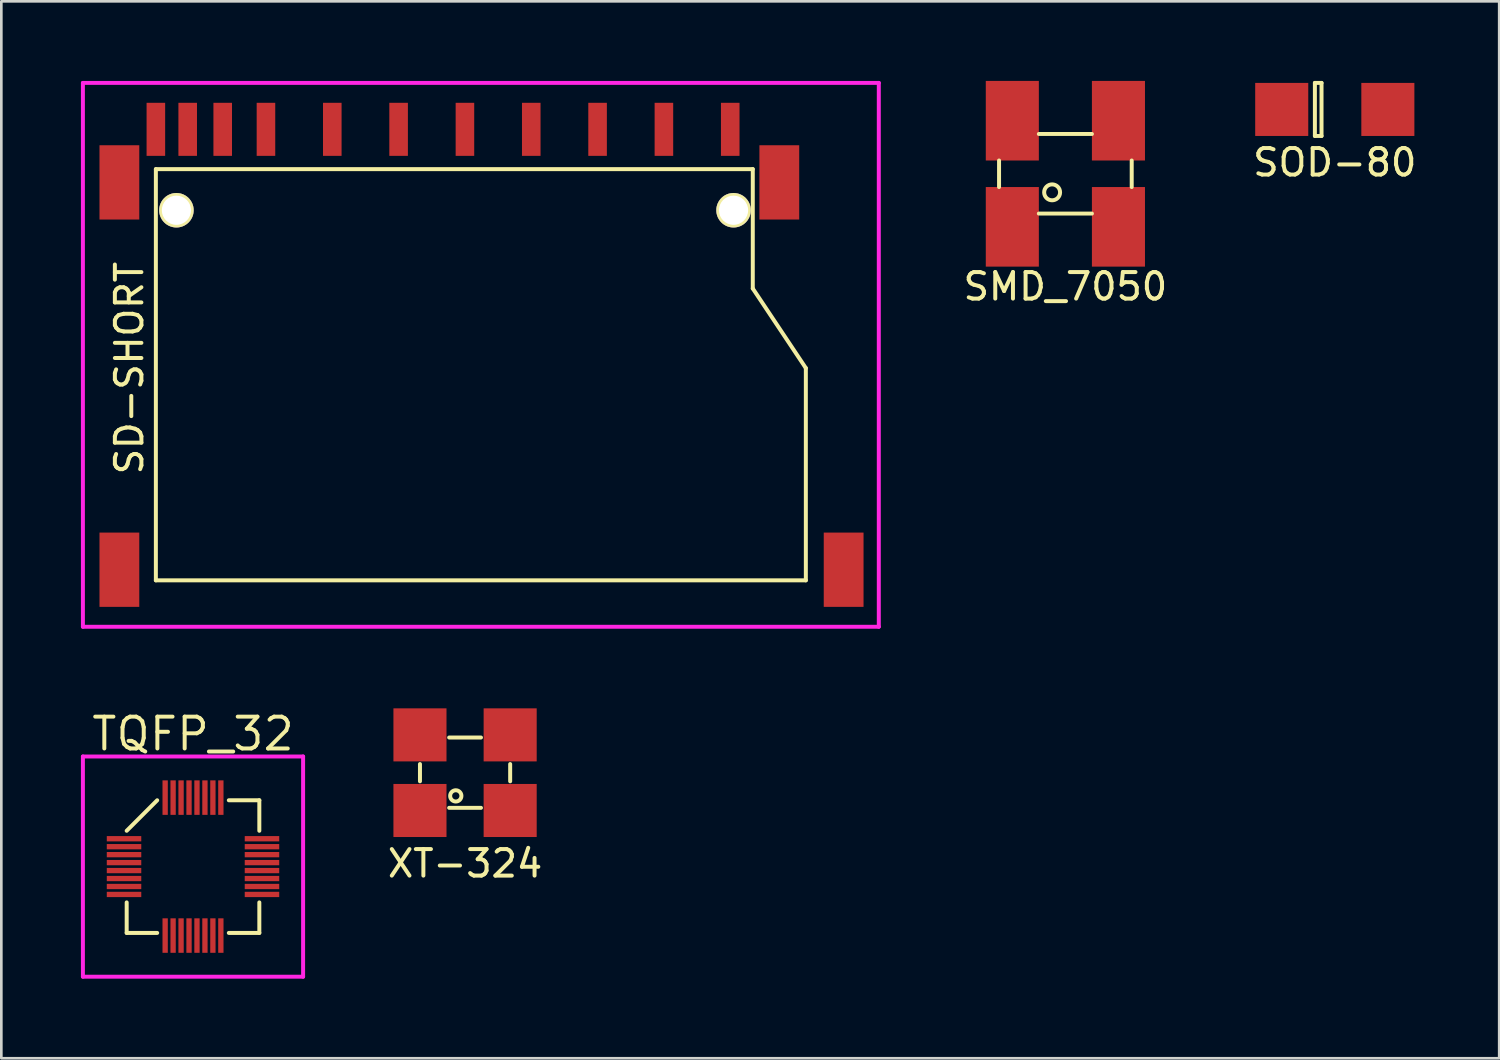
<source format=kicad_pcb>
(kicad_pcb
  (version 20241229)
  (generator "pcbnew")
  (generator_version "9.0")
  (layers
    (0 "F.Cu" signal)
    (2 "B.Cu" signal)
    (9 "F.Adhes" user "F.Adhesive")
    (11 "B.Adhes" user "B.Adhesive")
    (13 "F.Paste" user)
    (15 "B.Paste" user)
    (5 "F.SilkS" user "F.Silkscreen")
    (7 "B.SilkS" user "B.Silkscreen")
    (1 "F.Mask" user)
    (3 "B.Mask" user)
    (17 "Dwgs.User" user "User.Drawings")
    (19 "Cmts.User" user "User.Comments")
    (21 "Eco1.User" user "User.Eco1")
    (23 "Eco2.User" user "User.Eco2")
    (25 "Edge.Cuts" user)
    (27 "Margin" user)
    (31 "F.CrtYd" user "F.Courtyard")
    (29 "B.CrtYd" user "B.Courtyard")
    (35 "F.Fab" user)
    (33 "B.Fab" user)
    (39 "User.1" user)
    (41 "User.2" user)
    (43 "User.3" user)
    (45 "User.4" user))
  (footprint "SOD-80"
    (layer "F.Cu")
    (at 47.263 1.075)
    (property "Reference" "SOD-80" (at 0 2 0) (layer "F.SilkS") (effects (font (size 1 1) (thickness 0.15))))
    (attr through_hole)
    (fp_line (start -0.75 -1) (end -0.75 1) (stroke (width 0.15) (type solid)) (layer "F.SilkS"))
    (fp_line (start -0.75 1) (end -0.5 1) (stroke (width 0.15) (type solid)) (layer "F.SilkS"))
    (fp_line (start -0.5 -1) (end -0.75 -1) (stroke (width 0.15) (type solid)) (layer "F.SilkS"))
    (fp_line (start -0.5 1) (end -0.5 -1) (stroke (width 0.15) (type solid)) (layer "F.SilkS"))
    (pad "1" smd rect (at -2 0) (size 2 2) (layers "F.Cu" "F.Mask" "F.Paste"))
    (pad "2" smd rect (at 2 0) (size 2 2) (layers "F.Cu" "F.Mask" "F.Paste")))
  (footprint "XT-324"
    (layer "F.Cu")
    (at 14.48 26.1)
    (property "Reference" "XT-324" (at 0 3.4 0) (layer "F.SilkS") (effects (font (size 1 1) (thickness 0.15))))
    (attr through_hole)
    (fp_line (start -1.7 -0.35) (end -1.7 0.3) (stroke (width 0.15) (type solid)) (layer "F.SilkS"))
    (fp_line (start -0.6 -1.35) (end 0.6 -1.35) (stroke (width 0.15) (type solid)) (layer "F.SilkS"))
    (fp_line (start -0.6 1.3) (end 0.6 1.3) (stroke (width 0.15) (type solid)) (layer "F.SilkS"))
    (fp_line (start 1.7 0.3) (end 1.7 -0.35) (stroke (width 0.15) (type solid)) (layer "F.SilkS"))
    (fp_circle (center -0.35 0.85) (end -0.2 1) (stroke (width 0.15) (type solid)) (fill no) (layer "F.SilkS"))
    (pad "1" smd rect (at -1.7 1.4) (size 2 2) (layers "F.Cu" "F.Mask" "F.Paste"))
    (pad "2" smd rect (at -1.7 -1.45) (size 2 2) (layers "F.Cu" "F.Mask" "F.Paste"))
    (pad "2" smd rect (at 1.7 1.4) (size 2 2) (layers "F.Cu" "F.Mask" "F.Paste"))
    (pad "3" smd rect (at 1.7 -1.45) (size 2 2) (layers "F.Cu" "F.Mask" "F.Paste")))
  (footprint "SD-SHORT"
    (layer "F.Cu")
    (at 3.325 2.825)
    (property "Reference" "SD-SHORT" (at -1.5 8 270) (layer "F.SilkS") (effects (font (size 1 1) (thickness 0.15))))
    (attr through_hole)
    (fp_line (start -0.5 0.5) (end -0.5 16) (stroke (width 0.15) (type solid)) (layer "F.SilkS"))
    (fp_line (start -0.5 16) (end 24 16) (stroke (width 0.15) (type solid)) (layer "F.SilkS"))
    (fp_line (start 22 0.5) (end -0.5 0.5) (stroke (width 0.15) (type solid)) (layer "F.SilkS"))
    (fp_line (start 22 5) (end 22 0.5) (stroke (width 0.15) (type solid)) (layer "F.SilkS"))
    (fp_line (start 24 8) (end 22 5) (stroke (width 0.15) (type solid)) (layer "F.SilkS"))
    (fp_line (start 24 16) (end 24 8) (stroke (width 0.15) (type solid)) (layer "F.SilkS"))
    (fp_line (start -3.25 -2.75) (end -3.25 17.75) (stroke (width 0.15) (type solid)) (layer "F.CrtYd"))
    (fp_line (start -3.25 17.75) (end 26.75 17.75) (stroke (width 0.15) (type solid)) (layer "F.CrtYd"))
    (fp_line (start 26.75 -2.75) (end -3.25 -2.75) (stroke (width 0.15) (type solid)) (layer "F.CrtYd"))
    (fp_line (start 26.75 17.75) (end 26.75 -2.75) (stroke (width 0.15) (type solid)) (layer "F.CrtYd"))
    (pad "" np_thru_hole circle (at 0.275 2.05) (size 1.3 1.3) (drill 1.1) (layers "*.Cu" "*.Mask" "F.SilkS"))
    (pad "" np_thru_hole circle (at 21.275 2.05) (size 1.3 1.3) (drill 1.1) (layers "*.Cu" "*.Mask" "F.SilkS"))
    (pad "1" smd rect (at 18.65 -1) (size 0.7 2) (layers "F.Cu" "F.Mask" "F.Paste"))
    (pad "2" smd rect (at 16.15 -1) (size 0.7 2) (layers "F.Cu" "F.Mask" "F.Paste"))
    (pad "3" smd rect (at 13.65 -1) (size 0.7 2) (layers "F.Cu" "F.Mask" "F.Paste"))
    (pad "4" smd rect (at 11.15 -1) (size 0.7 2) (layers "F.Cu" "F.Mask" "F.Paste"))
    (pad "5" smd rect (at 8.65 -1) (size 0.7 2) (layers "F.Cu" "F.Mask" "F.Paste"))
    (pad "6" smd rect (at 6.15 -1) (size 0.7 2) (layers "F.Cu" "F.Mask" "F.Paste"))
    (pad "7" smd rect (at 3.65 -1) (size 0.7 2) (layers "F.Cu" "F.Mask" "F.Paste"))
    (pad "8" smd rect (at 2.02 -1) (size 0.7 2) (layers "F.Cu" "F.Mask" "F.Paste"))
    (pad "9" smd rect (at 21.15 -1) (size 0.7 2) (layers "F.Cu" "F.Mask" "F.Paste"))
    (pad "10" smd rect (at -0.5 -1) (size 0.7 2) (layers "F.Cu" "F.Mask" "F.Paste"))
    (pad "11" smd rect (at 0.7 -1) (size 0.7 2) (layers "F.Cu" "F.Mask" "F.Paste"))
    (pad "12" smd rect (at -1.875 1) (size 1.5 2.8) (layers "F.Cu" "F.Mask" "F.Paste"))
    (pad "12" smd rect (at 23 1) (size 1.5 2.8) (layers "F.Cu" "F.Mask" "F.Paste"))
    (pad "13" smd rect (at -1.875 15.6) (size 1.5 2.8) (layers "F.Cu" "F.Mask" "F.Paste"))
    (pad "13" smd rect (at 25.425 15.6) (size 1.5 2.8) (layers "F.Cu" "F.Mask" "F.Paste")))
  (footprint "TQFP_32"
    (layer "F.Cu")
    (at 4.225 29.615)
    (property "Reference" "TQFP_32" (at 0 -5 0) (layer "F.SilkS") (effects (font (size 1.2 1.2) (thickness 0.15))))
    (attr through_hole)
    (fp_line (start -2.5 -1.35) (end -1.35 -2.5) (stroke (width 0.15) (type solid)) (layer "F.SilkS"))
    (fp_line (start -2.5 2.5) (end -2.5 1.35) (stroke (width 0.15) (type solid)) (layer "F.SilkS"))
    (fp_line (start -1.35 2.5) (end -2.5 2.5) (stroke (width 0.15) (type solid)) (layer "F.SilkS"))
    (fp_line (start 1.35 -2.5) (end 2.5 -2.5) (stroke (width 0.15) (type solid)) (layer "F.SilkS"))
    (fp_line (start 1.35 2.5) (end 2.5 2.5) (stroke (width 0.15) (type solid)) (layer "F.SilkS"))
    (fp_line (start 2.5 -2.5) (end 2.5 -1.35) (stroke (width 0.15) (type solid)) (layer "F.SilkS"))
    (fp_line (start 2.5 2.5) (end 2.5 1.35) (stroke (width 0.15) (type solid)) (layer "F.SilkS"))
    (fp_line (start -4.15 -4.15) (end 4.15 -4.15) (stroke (width 0.15) (type solid)) (layer "F.CrtYd"))
    (fp_line (start -4.15 4.15) (end -4.15 -4.15) (stroke (width 0.15) (type solid)) (layer "F.CrtYd"))
    (fp_line (start 4.15 -4.15) (end 4.15 4.15) (stroke (width 0.15) (type solid)) (layer "F.CrtYd"))
    (fp_line (start 4.15 4.15) (end -4.15 4.15) (stroke (width 0.15) (type solid)) (layer "F.CrtYd"))
    (pad "1" smd rect (at -2.6 -1.05 90) (size 0.2 1.3) (layers "F.Cu" "F.Mask" "F.Paste"))
    (pad "2" smd rect (at -2.6 -0.75 90) (size 0.2 1.3) (layers "F.Cu" "F.Mask" "F.Paste"))
    (pad "3" smd rect (at -2.6 -0.45 90) (size 0.2 1.3) (layers "F.Cu" "F.Mask" "F.Paste"))
    (pad "4" smd rect (at -2.6 -0.15 90) (size 0.2 1.3) (layers "F.Cu" "F.Mask" "F.Paste"))
    (pad "5" smd rect (at -2.6 0.15 90) (size 0.2 1.3) (layers "F.Cu" "F.Mask" "F.Paste"))
    (pad "6" smd rect (at -2.6 0.45 90) (size 0.2 1.3) (layers "F.Cu" "F.Mask" "F.Paste"))
    (pad "7" smd rect (at -2.6 0.75 90) (size 0.2 1.3) (layers "F.Cu" "F.Mask" "F.Paste"))
    (pad "8" smd rect (at -2.6 1.05 90) (size 0.2 1.3) (layers "F.Cu" "F.Mask" "F.Paste"))
    (pad "9" smd rect (at -1.05 2.6) (size 0.2 1.3) (layers "F.Cu" "F.Mask" "F.Paste"))
    (pad "10" smd rect (at -0.75 2.6) (size 0.2 1.3) (layers "F.Cu" "F.Mask" "F.Paste"))
    (pad "11" smd rect (at -0.45 2.6) (size 0.2 1.3) (layers "F.Cu" "F.Mask" "F.Paste"))
    (pad "12" smd rect (at -0.15 2.6) (size 0.2 1.3) (layers "F.Cu" "F.Mask" "F.Paste"))
    (pad "13" smd rect (at 0.15 2.6) (size 0.2 1.3) (layers "F.Cu" "F.Mask" "F.Paste"))
    (pad "14" smd rect (at 0.45 2.6) (size 0.2 1.3) (layers "F.Cu" "F.Mask" "F.Paste"))
    (pad "15" smd rect (at 0.75 2.6) (size 0.2 1.3) (layers "F.Cu" "F.Mask" "F.Paste"))
    (pad "16" smd rect (at 1.05 2.6) (size 0.2 1.3) (layers "F.Cu" "F.Mask" "F.Paste"))
    (pad "17" smd rect (at 2.6 1.05 90) (size 0.2 1.3) (layers "F.Cu" "F.Mask" "F.Paste"))
    (pad "18" smd rect (at 2.6 0.75 90) (size 0.2 1.3) (layers "F.Cu" "F.Mask" "F.Paste"))
    (pad "19" smd rect (at 2.6 0.45 90) (size 0.2 1.3) (layers "F.Cu" "F.Mask" "F.Paste"))
    (pad "20" smd rect (at 2.6 0.15 90) (size 0.2 1.3) (layers "F.Cu" "F.Mask" "F.Paste"))
    (pad "21" smd rect (at 2.6 -0.15 90) (size 0.2 1.3) (layers "F.Cu" "F.Mask" "F.Paste"))
    (pad "22" smd rect (at 2.6 -0.45 90) (size 0.2 1.3) (layers "F.Cu" "F.Mask" "F.Paste"))
    (pad "23" smd rect (at 2.6 -0.75 90) (size 0.2 1.3) (layers "F.Cu" "F.Mask" "F.Paste"))
    (pad "24" smd rect (at 2.6 -1.05 90) (size 0.2 1.3) (layers "F.Cu" "F.Mask" "F.Paste"))
    (pad "25" smd rect (at 1.05 -2.6) (size 0.2 1.3) (layers "F.Cu" "F.Mask" "F.Paste"))
    (pad "26" smd rect (at 0.75 -2.6) (size 0.2 1.3) (layers "F.Cu" "F.Mask" "F.Paste"))
    (pad "27" smd rect (at 0.45 -2.6) (size 0.2 1.3) (layers "F.Cu" "F.Mask" "F.Paste"))
    (pad "28" smd rect (at 0.15 -2.6) (size 0.2 1.3) (layers "F.Cu" "F.Mask" "F.Paste"))
    (pad "29" smd rect (at -0.15 -2.6) (size 0.2 1.3) (layers "F.Cu" "F.Mask" "F.Paste"))
    (pad "30" smd rect (at -0.45 -2.6) (size 0.2 1.3) (layers "F.Cu" "F.Mask" "F.Paste"))
    (pad "31" smd rect (at -0.75 -2.6) (size 0.2 1.3) (layers "F.Cu" "F.Mask" "F.Paste"))
    (pad "32" smd rect (at -1.05 -2.6) (size 0.2 1.3) (layers "F.Cu" "F.Mask" "F.Paste")))
  (footprint "SMD_7050"
    (layer "F.Cu")
    (at 37.108 3.5)
    (property "Reference" "SMD_7050" (at 0 4.25 0) (layer "F.SilkS") (effects (font (size 1 1) (thickness 0.15))))
    (attr through_hole)
    (fp_line (start -2.5 -0.5) (end -2.5 0.5) (stroke (width 0.15) (type solid)) (layer "F.SilkS"))
    (fp_line (start -1 -1.5) (end 1 -1.5) (stroke (width 0.15) (type solid)) (layer "F.SilkS"))
    (fp_line (start 1 1.5) (end -1 1.5) (stroke (width 0.15) (type solid)) (layer "F.SilkS"))
    (fp_line (start 2.5 -0.5) (end 2.5 0.5) (stroke (width 0.15) (type solid)) (layer "F.SilkS"))
    (fp_circle (center -0.5 0.7) (end -0.5 1) (stroke (width 0.15) (type solid)) (fill no) (layer "F.SilkS"))
    (pad "1" smd rect (at -2 2) (size 2 3) (layers "F.Cu" "F.Mask" "F.Paste"))
    (pad "2" smd rect (at 2 2) (size 2 3) (layers "F.Cu" "F.Mask" "F.Paste"))
    (pad "3" smd rect (at 2 -2) (size 2 3) (layers "F.Cu" "F.Mask" "F.Paste"))
    (pad "4" smd rect (at -2 -2) (size 2 3) (layers "F.Cu" "F.Mask" "F.Paste")))
  (gr_rect
    (start -3 -3)
    (end 53.46 36.84)
    (stroke (width 0.1) (type default))
    (fill no)
    (layer "Edge.Cuts")))
</source>
